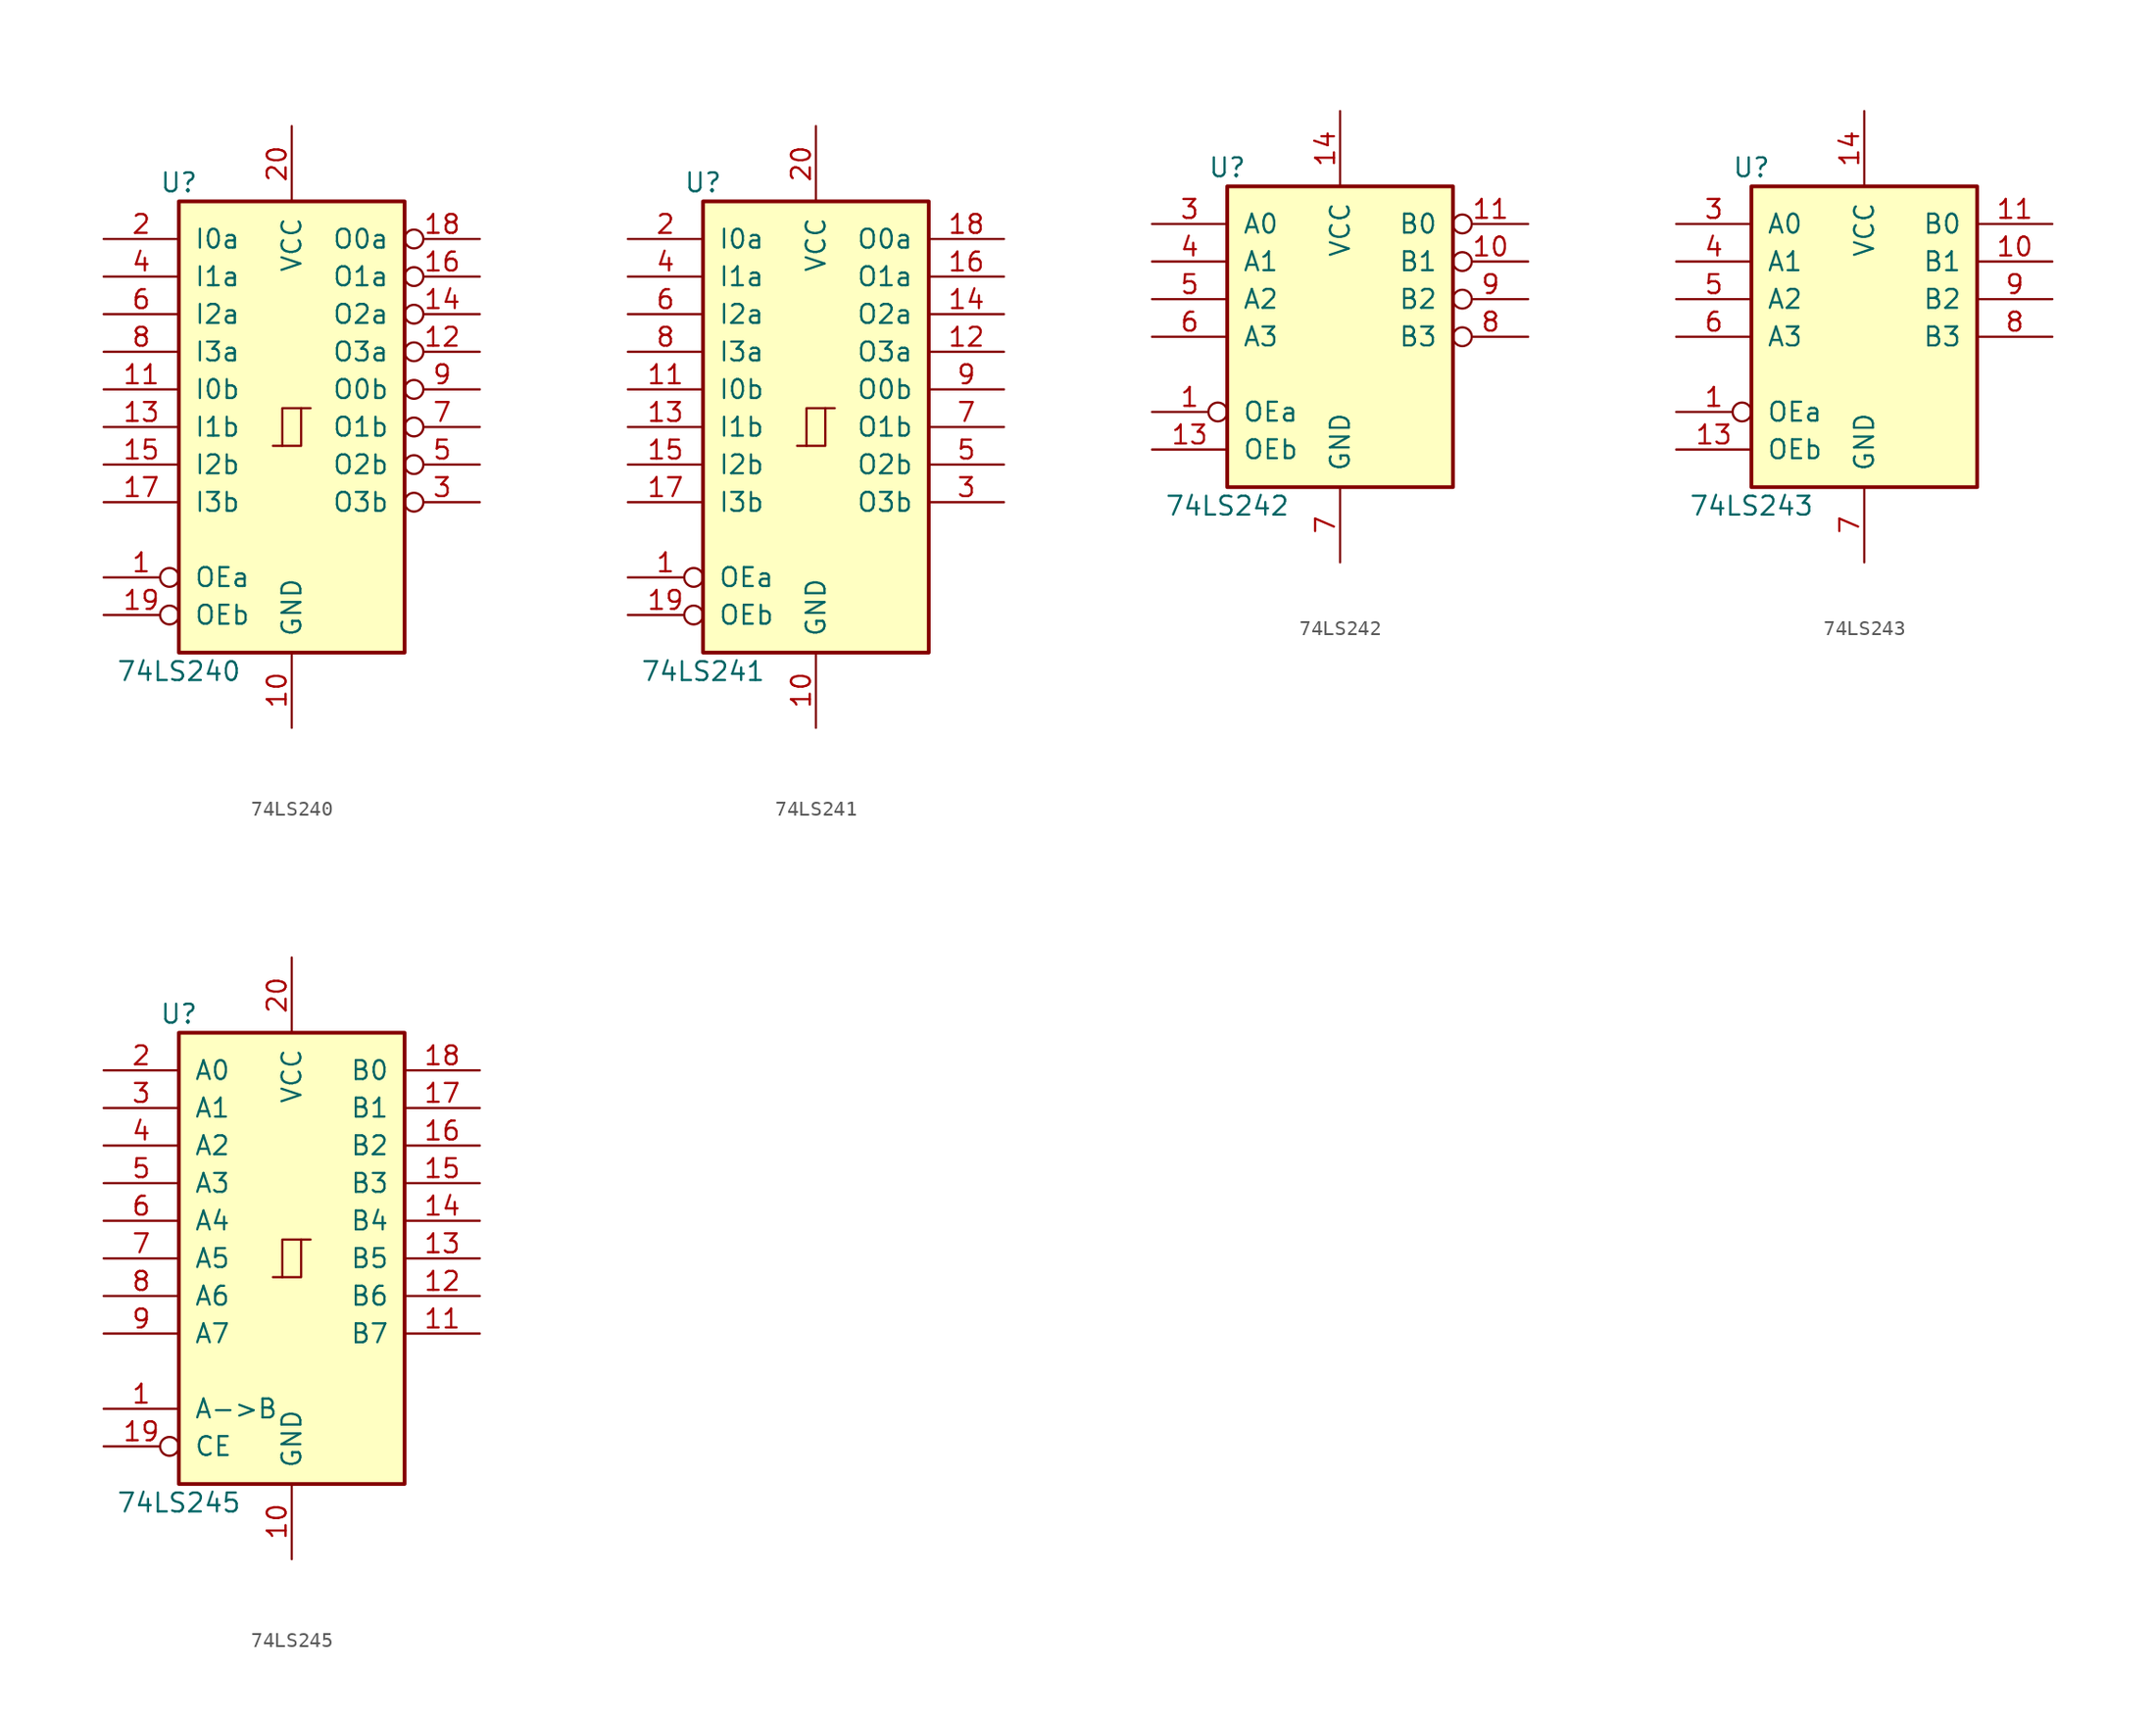
<source format=kicad_sym>
(kicad_symbol_lib
  (version 20201005)
  (generator kicad_symbol_editor)
  (symbol "74LS240"
    (pin_names
      (offset 1.016))
    (property "Reference" "U"
      (at -7.62 16.51 0)
      (effects (font (size 1.27 1.27))))
    (property "Value" "74LS240"
      (at -7.62 -16.51 0)
      (effects (font (size 1.27 1.27))))
    (property "ki_locked" ""
      (at 0 0 0)
      (effects (font (size 1.27 1.27))))
    (symbol "74LS240_1_0"
      (polyline (pts (xy -0.635 -1.27) (xy -0.635 1.27) (xy 0.635 1.27)) (stroke (width 0)) (fill (type none)))
      (polyline (pts (xy -1.27 -1.27) (xy 0.635 -1.27) (xy 0.635 1.27) (xy 1.27 1.27)) (stroke (width 0)) (fill (type none)))
      (pin input inverted (at -12.7 -10.16 0) (length 5.08) (name "OEa" (effects (font (size 1.27 1.27)))) (number "1" (effects (font (size 1.27 1.27)))))
      (pin power_in line (at 0 -20.32 90) (length 5.08) (name "GND" (effects (font (size 1.27 1.27)))) (number "10" (effects (font (size 1.27 1.27)))))
      (pin input line (at -12.7 2.54 0) (length 5.08) (name "I0b" (effects (font (size 1.27 1.27)))) (number "11" (effects (font (size 1.27 1.27)))))
      (pin tri_state inverted (at 12.7 5.08 180) (length 5.08) (name "O3a" (effects (font (size 1.27 1.27)))) (number "12" (effects (font (size 1.27 1.27)))))
      (pin input line (at -12.7 0 0) (length 5.08) (name "I1b" (effects (font (size 1.27 1.27)))) (number "13" (effects (font (size 1.27 1.27)))))
      (pin tri_state inverted (at 12.7 7.62 180) (length 5.08) (name "O2a" (effects (font (size 1.27 1.27)))) (number "14" (effects (font (size 1.27 1.27)))))
      (pin input line (at -12.7 -2.54 0) (length 5.08) (name "I2b" (effects (font (size 1.27 1.27)))) (number "15" (effects (font (size 1.27 1.27)))))
      (pin tri_state inverted (at 12.7 10.16 180) (length 5.08) (name "O1a" (effects (font (size 1.27 1.27)))) (number "16" (effects (font (size 1.27 1.27)))))
      (pin input line (at -12.7 -5.08 0) (length 5.08) (name "I3b" (effects (font (size 1.27 1.27)))) (number "17" (effects (font (size 1.27 1.27)))))
      (pin tri_state inverted (at 12.7 12.7 180) (length 5.08) (name "O0a" (effects (font (size 1.27 1.27)))) (number "18" (effects (font (size 1.27 1.27)))))
      (pin input inverted (at -12.7 -12.7 0) (length 5.08) (name "OEb" (effects (font (size 1.27 1.27)))) (number "19" (effects (font (size 1.27 1.27)))))
      (pin input line (at -12.7 12.7 0) (length 5.08) (name "I0a" (effects (font (size 1.27 1.27)))) (number "2" (effects (font (size 1.27 1.27)))))
      (pin power_in line (at 0 20.32 270) (length 5.08) (name "VCC" (effects (font (size 1.27 1.27)))) (number "20" (effects (font (size 1.27 1.27)))))
      (pin tri_state inverted (at 12.7 -5.08 180) (length 5.08) (name "O3b" (effects (font (size 1.27 1.27)))) (number "3" (effects (font (size 1.27 1.27)))))
      (pin input line (at -12.7 10.16 0) (length 5.08) (name "I1a" (effects (font (size 1.27 1.27)))) (number "4" (effects (font (size 1.27 1.27)))))
      (pin tri_state inverted (at 12.7 -2.54 180) (length 5.08) (name "O2b" (effects (font (size 1.27 1.27)))) (number "5" (effects (font (size 1.27 1.27)))))
      (pin input line (at -12.7 7.62 0) (length 5.08) (name "I2a" (effects (font (size 1.27 1.27)))) (number "6" (effects (font (size 1.27 1.27)))))
      (pin tri_state inverted (at 12.7 0 180) (length 5.08) (name "O1b" (effects (font (size 1.27 1.27)))) (number "7" (effects (font (size 1.27 1.27)))))
      (pin input line (at -12.7 5.08 0) (length 5.08) (name "I3a" (effects (font (size 1.27 1.27)))) (number "8" (effects (font (size 1.27 1.27)))))
      (pin tri_state inverted (at 12.7 2.54 180) (length 5.08) (name "O0b" (effects (font (size 1.27 1.27)))) (number "9" (effects (font (size 1.27 1.27))))))
    (symbol "74LS240_1_1"
      (rectangle (start -7.62 15.24) (end 7.62 -15.24) (stroke (width 0.254)) (fill (type background)))))
  (symbol "74LS241"
    (pin_names
      (offset 1.016))
    (property "Reference" "U"
      (at -7.62 16.51 0)
      (effects (font (size 1.27 1.27))))
    (property "Value" "74LS241"
      (at -7.62 -16.51 0)
      (effects (font (size 1.27 1.27))))
    (property "ki_locked" ""
      (at 0 0 0)
      (effects (font (size 1.27 1.27))))
    (symbol "74LS241_1_0"
      (polyline (pts (xy -0.635 -1.27) (xy -0.635 1.27) (xy 0.635 1.27)) (stroke (width 0)) (fill (type none)))
      (polyline (pts (xy -1.27 -1.27) (xy 0.635 -1.27) (xy 0.635 1.27) (xy 1.27 1.27)) (stroke (width 0)) (fill (type none)))
      (pin input inverted (at -12.7 -10.16 0) (length 5.08) (name "OEa" (effects (font (size 1.27 1.27)))) (number "1" (effects (font (size 1.27 1.27)))))
      (pin power_in line (at 0 -20.32 90) (length 5.08) (name "GND" (effects (font (size 1.27 1.27)))) (number "10" (effects (font (size 1.27 1.27)))))
      (pin input line (at -12.7 2.54 0) (length 5.08) (name "I0b" (effects (font (size 1.27 1.27)))) (number "11" (effects (font (size 1.27 1.27)))))
      (pin tri_state line (at 12.7 5.08 180) (length 5.08) (name "O3a" (effects (font (size 1.27 1.27)))) (number "12" (effects (font (size 1.27 1.27)))))
      (pin input line (at -12.7 0 0) (length 5.08) (name "I1b" (effects (font (size 1.27 1.27)))) (number "13" (effects (font (size 1.27 1.27)))))
      (pin tri_state line (at 12.7 7.62 180) (length 5.08) (name "O2a" (effects (font (size 1.27 1.27)))) (number "14" (effects (font (size 1.27 1.27)))))
      (pin input line (at -12.7 -2.54 0) (length 5.08) (name "I2b" (effects (font (size 1.27 1.27)))) (number "15" (effects (font (size 1.27 1.27)))))
      (pin tri_state line (at 12.7 10.16 180) (length 5.08) (name "O1a" (effects (font (size 1.27 1.27)))) (number "16" (effects (font (size 1.27 1.27)))))
      (pin input line (at -12.7 -5.08 0) (length 5.08) (name "I3b" (effects (font (size 1.27 1.27)))) (number "17" (effects (font (size 1.27 1.27)))))
      (pin tri_state line (at 12.7 12.7 180) (length 5.08) (name "O0a" (effects (font (size 1.27 1.27)))) (number "18" (effects (font (size 1.27 1.27)))))
      (pin input inverted (at -12.7 -12.7 0) (length 5.08) (name "OEb" (effects (font (size 1.27 1.27)))) (number "19" (effects (font (size 1.27 1.27)))))
      (pin input line (at -12.7 12.7 0) (length 5.08) (name "I0a" (effects (font (size 1.27 1.27)))) (number "2" (effects (font (size 1.27 1.27)))))
      (pin power_in line (at 0 20.32 270) (length 5.08) (name "VCC" (effects (font (size 1.27 1.27)))) (number "20" (effects (font (size 1.27 1.27)))))
      (pin tri_state line (at 12.7 -5.08 180) (length 5.08) (name "O3b" (effects (font (size 1.27 1.27)))) (number "3" (effects (font (size 1.27 1.27)))))
      (pin input line (at -12.7 10.16 0) (length 5.08) (name "I1a" (effects (font (size 1.27 1.27)))) (number "4" (effects (font (size 1.27 1.27)))))
      (pin tri_state line (at 12.7 -2.54 180) (length 5.08) (name "O2b" (effects (font (size 1.27 1.27)))) (number "5" (effects (font (size 1.27 1.27)))))
      (pin input line (at -12.7 7.62 0) (length 5.08) (name "I2a" (effects (font (size 1.27 1.27)))) (number "6" (effects (font (size 1.27 1.27)))))
      (pin tri_state line (at 12.7 0 180) (length 5.08) (name "O1b" (effects (font (size 1.27 1.27)))) (number "7" (effects (font (size 1.27 1.27)))))
      (pin input line (at -12.7 5.08 0) (length 5.08) (name "I3a" (effects (font (size 1.27 1.27)))) (number "8" (effects (font (size 1.27 1.27)))))
      (pin tri_state line (at 12.7 2.54 180) (length 5.08) (name "O0b" (effects (font (size 1.27 1.27)))) (number "9" (effects (font (size 1.27 1.27))))))
    (symbol "74LS241_1_1"
      (rectangle (start -7.62 15.24) (end 7.62 -15.24) (stroke (width 0.254)) (fill (type background)))))
  (symbol "74LS242"
    (pin_names
      (offset 1.016))
    (property "Reference" "U"
      (at -7.62 11.43 0)
      (effects (font (size 1.27 1.27))))
    (property "Value" "74LS242"
      (at -7.62 -11.43 0)
      (effects (font (size 1.27 1.27))))
    (property "ki_locked" ""
      (at 0 0 0)
      (effects (font (size 1.27 1.27))))
    (symbol "74LS242_1_0"
      (pin input inverted (at -12.7 -5.08 0) (length 5.08) (name "OEa" (effects (font (size 1.27 1.27)))) (number "1" (effects (font (size 1.27 1.27)))))
      (pin tri_state inverted (at 12.7 5.08 180) (length 5.08) (name "B1" (effects (font (size 1.27 1.27)))) (number "10" (effects (font (size 1.27 1.27)))))
      (pin tri_state inverted (at 12.7 7.62 180) (length 5.08) (name "B0" (effects (font (size 1.27 1.27)))) (number "11" (effects (font (size 1.27 1.27)))))
      (pin input line (at -12.7 -7.62 0) (length 5.08) (name "OEb" (effects (font (size 1.27 1.27)))) (number "13" (effects (font (size 1.27 1.27)))))
      (pin power_in line (at 0 15.24 270) (length 5.08) (name "VCC" (effects (font (size 1.27 1.27)))) (number "14" (effects (font (size 1.27 1.27)))))
      (pin input line (at -12.7 7.62 0) (length 5.08) (name "A0" (effects (font (size 1.27 1.27)))) (number "3" (effects (font (size 1.27 1.27)))))
      (pin input line (at -12.7 5.08 0) (length 5.08) (name "A1" (effects (font (size 1.27 1.27)))) (number "4" (effects (font (size 1.27 1.27)))))
      (pin input line (at -12.7 2.54 0) (length 5.08) (name "A2" (effects (font (size 1.27 1.27)))) (number "5" (effects (font (size 1.27 1.27)))))
      (pin input line (at -12.7 0 0) (length 5.08) (name "A3" (effects (font (size 1.27 1.27)))) (number "6" (effects (font (size 1.27 1.27)))))
      (pin power_in line (at 0 -15.24 90) (length 5.08) (name "GND" (effects (font (size 1.27 1.27)))) (number "7" (effects (font (size 1.27 1.27)))))
      (pin tri_state inverted (at 12.7 0 180) (length 5.08) (name "B3" (effects (font (size 1.27 1.27)))) (number "8" (effects (font (size 1.27 1.27)))))
      (pin tri_state inverted (at 12.7 2.54 180) (length 5.08) (name "B2" (effects (font (size 1.27 1.27)))) (number "9" (effects (font (size 1.27 1.27))))))
    (symbol "74LS242_1_1"
      (rectangle (start -7.62 10.16) (end 7.62 -10.16) (stroke (width 0.254)) (fill (type background)))))
  (symbol "74LS243"
    (pin_names
      (offset 1.016))
    (property "Reference" "U"
      (at -7.62 11.43 0)
      (effects (font (size 1.27 1.27))))
    (property "Value" "74LS243"
      (at -7.62 -11.43 0)
      (effects (font (size 1.27 1.27))))
    (property "ki_locked" ""
      (at 0 0 0)
      (effects (font (size 1.27 1.27))))
    (symbol "74LS243_1_0"
      (pin input inverted (at -12.7 -5.08 0) (length 5.08) (name "OEa" (effects (font (size 1.27 1.27)))) (number "1" (effects (font (size 1.27 1.27)))))
      (pin tri_state line (at 12.7 5.08 180) (length 5.08) (name "B1" (effects (font (size 1.27 1.27)))) (number "10" (effects (font (size 1.27 1.27)))))
      (pin tri_state line (at 12.7 7.62 180) (length 5.08) (name "B0" (effects (font (size 1.27 1.27)))) (number "11" (effects (font (size 1.27 1.27)))))
      (pin input line (at -12.7 -7.62 0) (length 5.08) (name "OEb" (effects (font (size 1.27 1.27)))) (number "13" (effects (font (size 1.27 1.27)))))
      (pin power_in line (at 0 15.24 270) (length 5.08) (name "VCC" (effects (font (size 1.27 1.27)))) (number "14" (effects (font (size 1.27 1.27)))))
      (pin input line (at -12.7 7.62 0) (length 5.08) (name "A0" (effects (font (size 1.27 1.27)))) (number "3" (effects (font (size 1.27 1.27)))))
      (pin input line (at -12.7 5.08 0) (length 5.08) (name "A1" (effects (font (size 1.27 1.27)))) (number "4" (effects (font (size 1.27 1.27)))))
      (pin input line (at -12.7 2.54 0) (length 5.08) (name "A2" (effects (font (size 1.27 1.27)))) (number "5" (effects (font (size 1.27 1.27)))))
      (pin input line (at -12.7 0 0) (length 5.08) (name "A3" (effects (font (size 1.27 1.27)))) (number "6" (effects (font (size 1.27 1.27)))))
      (pin power_in line (at 0 -15.24 90) (length 5.08) (name "GND" (effects (font (size 1.27 1.27)))) (number "7" (effects (font (size 1.27 1.27)))))
      (pin tri_state line (at 12.7 0 180) (length 5.08) (name "B3" (effects (font (size 1.27 1.27)))) (number "8" (effects (font (size 1.27 1.27)))))
      (pin tri_state line (at 12.7 2.54 180) (length 5.08) (name "B2" (effects (font (size 1.27 1.27)))) (number "9" (effects (font (size 1.27 1.27))))))
    (symbol "74LS243_1_1"
      (rectangle (start -7.62 10.16) (end 7.62 -10.16) (stroke (width 0.254)) (fill (type background)))))
  (symbol "74LS245"
    (pin_names
      (offset 1.016))
    (property "Reference" "U"
      (at -7.62 16.51 0)
      (effects (font (size 1.27 1.27))))
    (property "Value" "74LS245"
      (at -7.62 -16.51 0)
      (effects (font (size 1.27 1.27))))
    (property "ki_locked" ""
      (at 0 0 0)
      (effects (font (size 1.27 1.27))))
    (symbol "74LS245_1_0"
      (polyline (pts (xy -0.635 -1.27) (xy -0.635 1.27) (xy 0.635 1.27)) (stroke (width 0)) (fill (type none)))
      (polyline (pts (xy -1.27 -1.27) (xy 0.635 -1.27) (xy 0.635 1.27) (xy 1.27 1.27)) (stroke (width 0)) (fill (type none)))
      (pin input line (at -12.7 -10.16 0) (length 5.08) (name "A->B" (effects (font (size 1.27 1.27)))) (number "1" (effects (font (size 1.27 1.27)))))
      (pin power_in line (at 0 -20.32 90) (length 5.08) (name "GND" (effects (font (size 1.27 1.27)))) (number "10" (effects (font (size 1.27 1.27)))))
      (pin tri_state line (at 12.7 -5.08 180) (length 5.08) (name "B7" (effects (font (size 1.27 1.27)))) (number "11" (effects (font (size 1.27 1.27)))))
      (pin tri_state line (at 12.7 -2.54 180) (length 5.08) (name "B6" (effects (font (size 1.27 1.27)))) (number "12" (effects (font (size 1.27 1.27)))))
      (pin tri_state line (at 12.7 0 180) (length 5.08) (name "B5" (effects (font (size 1.27 1.27)))) (number "13" (effects (font (size 1.27 1.27)))))
      (pin tri_state line (at 12.7 2.54 180) (length 5.08) (name "B4" (effects (font (size 1.27 1.27)))) (number "14" (effects (font (size 1.27 1.27)))))
      (pin tri_state line (at 12.7 5.08 180) (length 5.08) (name "B3" (effects (font (size 1.27 1.27)))) (number "15" (effects (font (size 1.27 1.27)))))
      (pin tri_state line (at 12.7 7.62 180) (length 5.08) (name "B2" (effects (font (size 1.27 1.27)))) (number "16" (effects (font (size 1.27 1.27)))))
      (pin tri_state line (at 12.7 10.16 180) (length 5.08) (name "B1" (effects (font (size 1.27 1.27)))) (number "17" (effects (font (size 1.27 1.27)))))
      (pin tri_state line (at 12.7 12.7 180) (length 5.08) (name "B0" (effects (font (size 1.27 1.27)))) (number "18" (effects (font (size 1.27 1.27)))))
      (pin input inverted (at -12.7 -12.7 0) (length 5.08) (name "CE" (effects (font (size 1.27 1.27)))) (number "19" (effects (font (size 1.27 1.27)))))
      (pin tri_state line (at -12.7 12.7 0) (length 5.08) (name "A0" (effects (font (size 1.27 1.27)))) (number "2" (effects (font (size 1.27 1.27)))))
      (pin power_in line (at 0 20.32 270) (length 5.08) (name "VCC" (effects (font (size 1.27 1.27)))) (number "20" (effects (font (size 1.27 1.27)))))
      (pin tri_state line (at -12.7 10.16 0) (length 5.08) (name "A1" (effects (font (size 1.27 1.27)))) (number "3" (effects (font (size 1.27 1.27)))))
      (pin tri_state line (at -12.7 7.62 0) (length 5.08) (name "A2" (effects (font (size 1.27 1.27)))) (number "4" (effects (font (size 1.27 1.27)))))
      (pin tri_state line (at -12.7 5.08 0) (length 5.08) (name "A3" (effects (font (size 1.27 1.27)))) (number "5" (effects (font (size 1.27 1.27)))))
      (pin tri_state line (at -12.7 2.54 0) (length 5.08) (name "A4" (effects (font (size 1.27 1.27)))) (number "6" (effects (font (size 1.27 1.27)))))
      (pin tri_state line (at -12.7 0 0) (length 5.08) (name "A5" (effects (font (size 1.27 1.27)))) (number "7" (effects (font (size 1.27 1.27)))))
      (pin tri_state line (at -12.7 -2.54 0) (length 5.08) (name "A6" (effects (font (size 1.27 1.27)))) (number "8" (effects (font (size 1.27 1.27)))))
      (pin tri_state line (at -12.7 -5.08 0) (length 5.08) (name "A7" (effects (font (size 1.27 1.27)))) (number "9" (effects (font (size 1.27 1.27))))))
    (symbol "74LS245_1_1"
      (rectangle (start -7.62 15.24) (end 7.62 -15.24) (stroke (width 0.254)) (fill (type background))))))
</source>
